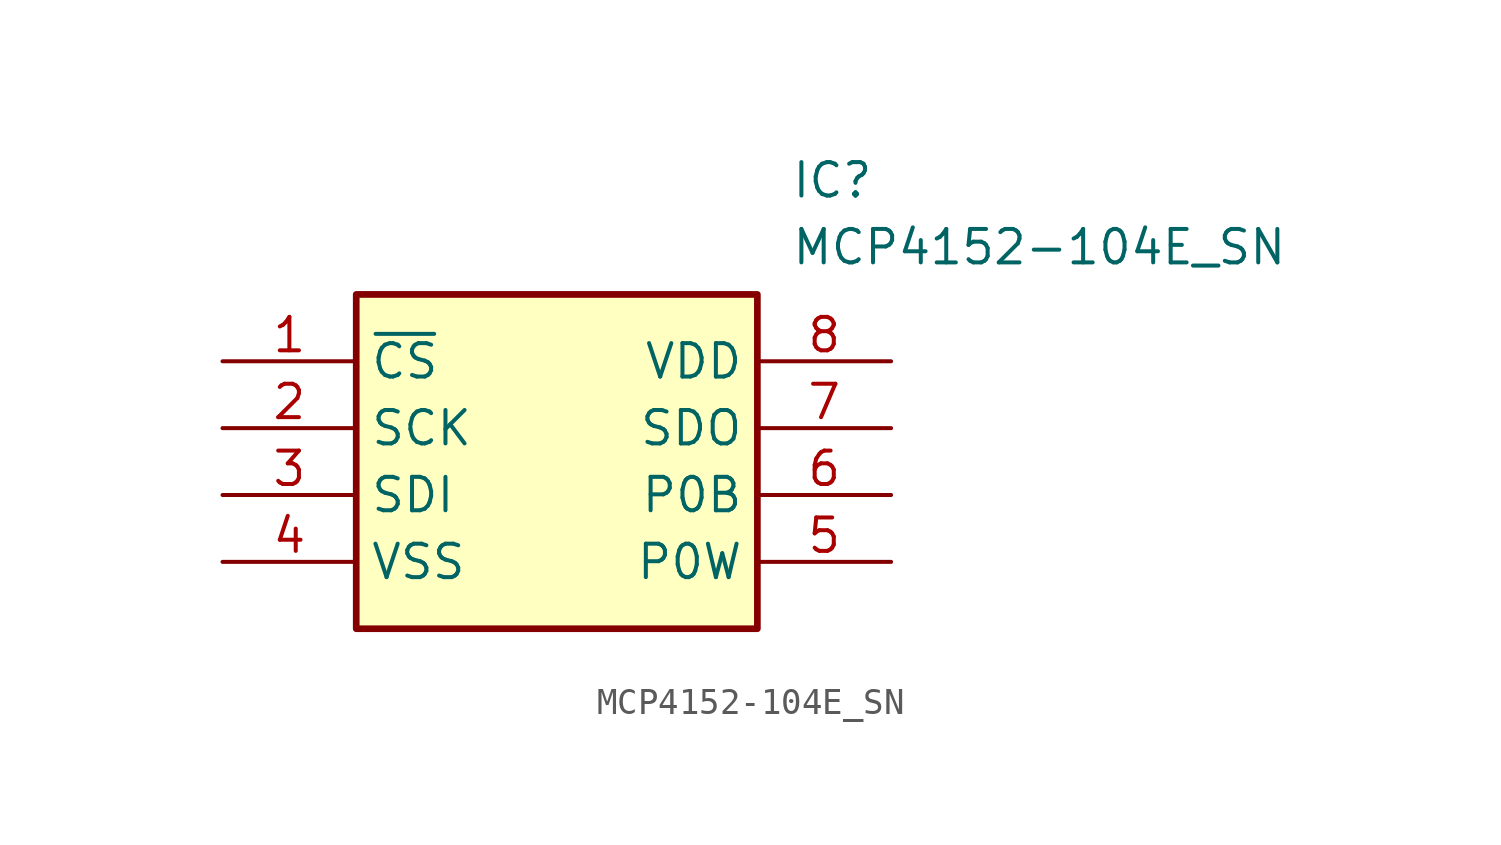
<source format=kicad_sym>
(kicad_symbol_lib
  (version 20211014)
  (generator SamacSys_ECAD_Model)
  (symbol "MCP4152-104E_SN"
    (property "Reference" "IC"
      (at 21.59 7.62 0)
      (effects (font (size 1.27 1.27)) (justify left top)))
    (property "Value" "MCP4152-104E_SN"
      (at 21.59 5.08 0)
      (effects (font (size 1.27 1.27)) (justify left top)))
    (rectangle
      (start 5.08 2.54)
      (end 20.32 -10.16)
      (stroke (width 0.254) (type default))
      (fill (type background)))
    (pin passive line
      (at 0 0 0)
      (length 5.08)
      (name "~{CS}" (effects (font (size 1.27 1.27))))
      (number "1" (effects (font (size 1.27 1.27)))))
    (pin passive line
      (at 0 -2.54 0)
      (length 5.08)
      (name "SCK" (effects (font (size 1.27 1.27))))
      (number "2" (effects (font (size 1.27 1.27)))))
    (pin passive line
      (at 0 -5.08 0)
      (length 5.08)
      (name "SDI" (effects (font (size 1.27 1.27))))
      (number "3" (effects (font (size 1.27 1.27)))))
    (pin passive line
      (at 0 -7.62 0)
      (length 5.08)
      (name "VSS" (effects (font (size 1.27 1.27))))
      (number "4" (effects (font (size 1.27 1.27)))))
    (pin passive line
      (at 25.4 0 180)
      (length 5.08)
      (name "VDD" (effects (font (size 1.27 1.27))))
      (number "8" (effects (font (size 1.27 1.27)))))
    (pin passive line
      (at 25.4 -2.54 180)
      (length 5.08)
      (name "SDO" (effects (font (size 1.27 1.27))))
      (number "7" (effects (font (size 1.27 1.27)))))
    (pin passive line
      (at 25.4 -5.08 180)
      (length 5.08)
      (name "P0B" (effects (font (size 1.27 1.27))))
      (number "6" (effects (font (size 1.27 1.27)))))
    (pin passive line
      (at 25.4 -7.62 180)
      (length 5.08)
      (name "P0W" (effects (font (size 1.27 1.27))))
      (number "5" (effects (font (size 1.27 1.27)))))))
</source>
